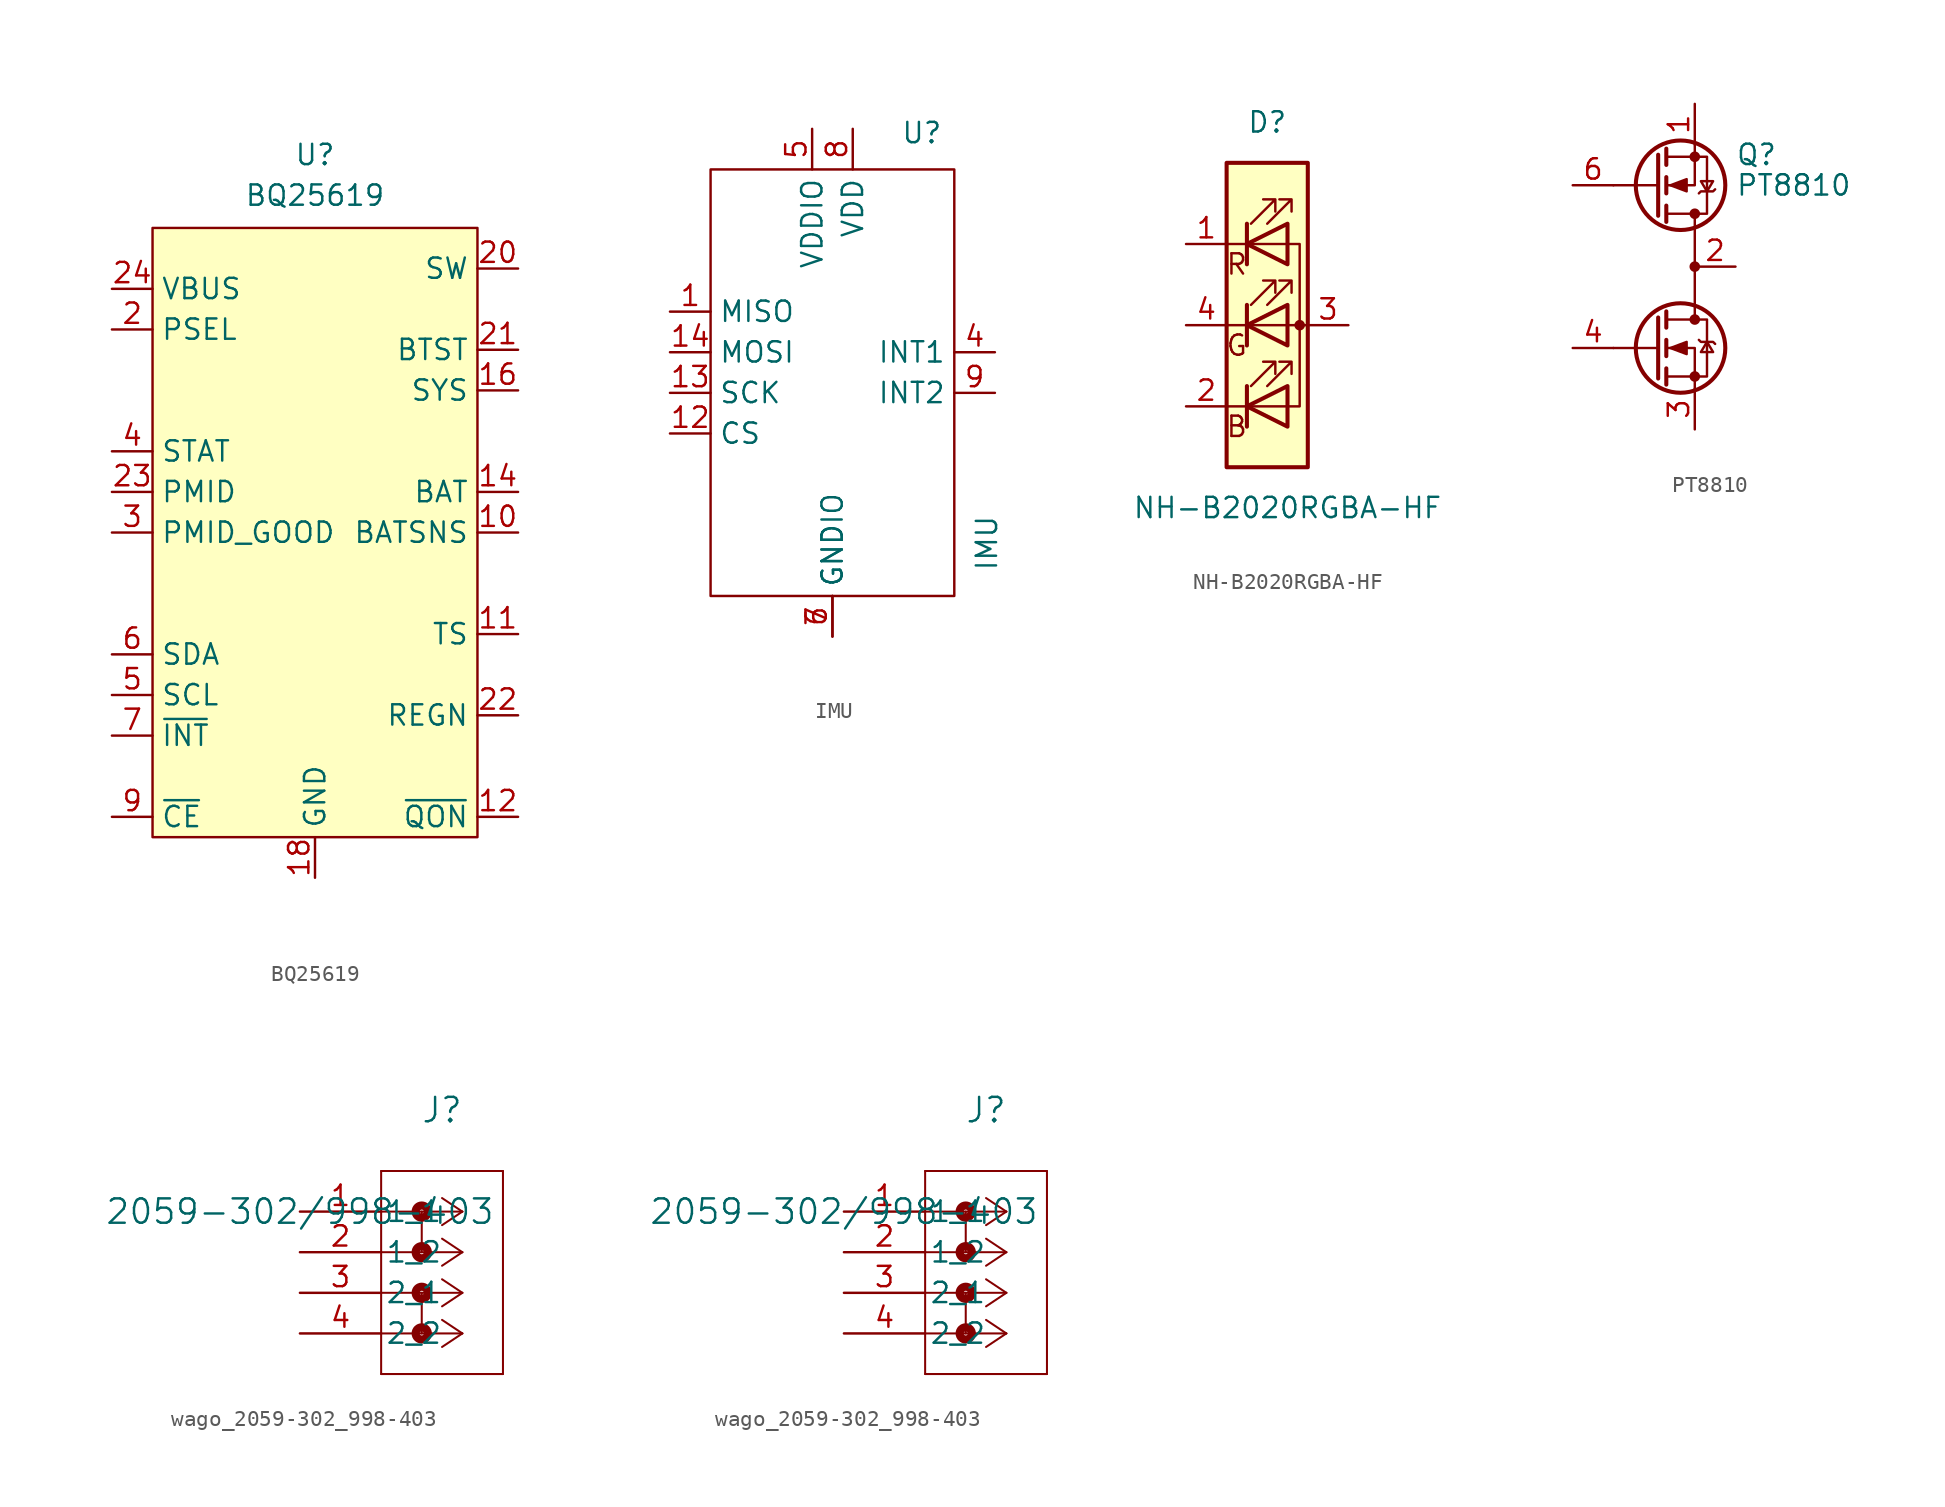
<source format=kicad_sym>
(kicad_symbol_lib
  (version 20241209)
  (generator "kicad_symbol_editor")
  (generator_version "9.0")
  (symbol "BQ25619"
    (property "Reference" "U"
      (at 0 23.622 0)
      (effects (font (size 1.27 1.27))))
    (property "Value" "BQ25619"
      (at 0 21.082 0)
      (effects (font (size 1.27 1.27))))
    (symbol "BQ25619_1_1"
      (rectangle (start -10.16 19.05) (end 10.16 -19.05) (stroke (width 0) (type default)) (fill (type background)))
      (pin input line (at -12.7 15.24 0) (length 2.54) (hide yes) (name "VAC" (effects (font (size 1.27 1.27)))) (number "1" (effects (font (size 1.27 1.27)))))
      (pin power_in line (at -12.7 15.24 0) (length 2.54) (name "VBUS" (effects (font (size 1.27 1.27)))) (number "24" (effects (font (size 1.27 1.27)))))
      (pin input line (at -12.7 12.7 0) (length 2.54) (name "PSEL" (effects (font (size 1.27 1.27)))) (number "2" (effects (font (size 1.27 1.27)))))
      (pin open_collector line (at -12.7 5.08 0) (length 2.54) (name "STAT" (effects (font (size 1.27 1.27)))) (number "4" (effects (font (size 1.27 1.27)))))
      (pin output line (at -12.7 2.54 0) (length 2.54) (name "PMID" (effects (font (size 1.27 1.27)))) (number "23" (effects (font (size 1.27 1.27)))))
      (pin open_collector line (at -12.7 0 0) (length 2.54) (name "PMID_GOOD" (effects (font (size 1.27 1.27)))) (number "3" (effects (font (size 1.27 1.27)))))
      (pin bidirectional line (at -12.7 -7.62 0) (length 2.54) (name "SDA" (effects (font (size 1.27 1.27)))) (number "6" (effects (font (size 1.27 1.27)))))
      (pin input line (at -12.7 -10.16 0) (length 2.54) (name "SCL" (effects (font (size 1.27 1.27)))) (number "5" (effects (font (size 1.27 1.27)))))
      (pin open_collector line (at -12.7 -12.7 0) (length 2.54) (name "~{INT}" (effects (font (size 1.27 1.27)))) (number "7" (effects (font (size 1.27 1.27)))))
      (pin input line (at -12.7 -17.78 0) (length 2.54) (name "~{CE}" (effects (font (size 1.27 1.27)))) (number "9" (effects (font (size 1.27 1.27)))))
      (pin power_in line (at 0 -21.59 90) (length 2.54) (hide yes) (name "GND" (effects (font (size 1.27 1.27)))) (number "17" (effects (font (size 1.27 1.27)))))
      (pin power_in line (at 0 -21.59 90) (length 2.54) (name "GND" (effects (font (size 1.27 1.27)))) (number "18" (effects (font (size 1.27 1.27)))))
      (pin power_in line (at 0 -21.59 90) (length 2.54) (hide yes) (name "GND" (effects (font (size 1.27 1.27)))) (number "25" (effects (font (size 1.27 1.27)))))
      (pin no_connect line (at 2.54 -21.59 90) (length 2.54) (hide yes) (name "NC" (effects (font (size 1.27 1.27)))) (number "8" (effects (font (size 1.27 1.27)))))
      (pin power_out line (at 12.7 16.51 180) (length 2.54) (hide yes) (name "SW" (effects (font (size 1.27 1.27)))) (number "19" (effects (font (size 1.27 1.27)))))
      (pin power_out line (at 12.7 16.51 180) (length 2.54) (name "SW" (effects (font (size 1.27 1.27)))) (number "20" (effects (font (size 1.27 1.27)))))
      (pin power_out line (at 12.7 11.43 180) (length 2.54) (name "BTST" (effects (font (size 1.27 1.27)))) (number "21" (effects (font (size 1.27 1.27)))))
      (pin power_in line (at 12.7 8.89 180) (length 2.54) (hide yes) (name "SYS" (effects (font (size 1.27 1.27)))) (number "15" (effects (font (size 1.27 1.27)))))
      (pin power_in line (at 12.7 8.89 180) (length 2.54) (name "SYS" (effects (font (size 1.27 1.27)))) (number "16" (effects (font (size 1.27 1.27)))))
      (pin power_out line (at 12.7 2.54 180) (length 2.54) (hide yes) (name "BAT" (effects (font (size 1.27 1.27)))) (number "13" (effects (font (size 1.27 1.27)))))
      (pin power_out line (at 12.7 2.54 180) (length 2.54) (name "BAT" (effects (font (size 1.27 1.27)))) (number "14" (effects (font (size 1.27 1.27)))))
      (pin power_in line (at 12.7 0 180) (length 2.54) (name "BATSNS" (effects (font (size 1.27 1.27)))) (number "10" (effects (font (size 1.27 1.27)))))
      (pin input line (at 12.7 -6.35 180) (length 2.54) (name "TS" (effects (font (size 1.27 1.27)))) (number "11" (effects (font (size 1.27 1.27)))))
      (pin power_out line (at 12.7 -11.43 180) (length 2.54) (name "REGN" (effects (font (size 1.27 1.27)))) (number "22" (effects (font (size 1.27 1.27)))))
      (pin input line (at 12.7 -17.78 180) (length 2.54) (name "~{QON}" (effects (font (size 1.27 1.27)))) (number "12" (effects (font (size 1.27 1.27)))))))
  (symbol "IMU"
    (property "Reference" "U"
      (at 5.588 14.986 0)
      (effects (font (size 1.27 1.27))))
    (property "Value" "IMU"
      (at 9.652 -10.668 90)
      (effects (font (size 1.27 1.27))))
    (symbol "IMU_0_1"
      (rectangle (start -7.62 12.7) (end 7.62 -13.97) (stroke (width 0) (type default)) (fill (type none))))
    (symbol "IMU_1_1"
      (pin output line (at -10.16 3.81 0) (length 2.54) (name "MISO" (effects (font (size 1.27 1.27)))) (number "1" (effects (font (size 1.27 1.27)))))
      (pin input line (at -10.16 1.27 0) (length 2.54) (name "MOSI" (effects (font (size 1.27 1.27)))) (number "14" (effects (font (size 1.27 1.27)))))
      (pin input line (at -10.16 -1.27 0) (length 2.54) (name "SCK" (effects (font (size 1.27 1.27)))) (number "13" (effects (font (size 1.27 1.27)))))
      (pin input line (at -10.16 -3.81 0) (length 2.54) (name "CS" (effects (font (size 1.27 1.27)))) (number "12" (effects (font (size 1.27 1.27)))))
      (pin no_connect line (at -6.35 -16.51 90) (length 2.54) (hide yes) (name "RESV" (effects (font (size 1.27 1.27)))) (number "10" (effects (font (size 1.27 1.27)))))
      (pin no_connect line (at -3.81 -16.51 90) (length 2.54) (hide yes) (name "RESV" (effects (font (size 1.27 1.27)))) (number "11" (effects (font (size 1.27 1.27)))))
      (pin power_in line (at -1.27 15.24 270) (length 2.54) (name "VDDIO" (effects (font (size 1.27 1.27)))) (number "5" (effects (font (size 1.27 1.27)))))
      (pin power_in line (at 0 -16.51 90) (length 2.54) (name "GNDIO" (effects (font (size 1.27 1.27)))) (number "6" (effects (font (size 1.27 1.27)))))
      (pin power_in line (at 0 -16.51 90) (length 2.54) (name "GND" (effects (font (size 1.27 1.27)))) (number "7" (effects (font (size 1.27 1.27)))))
      (pin power_in line (at 1.27 15.24 270) (length 2.54) (name "VDD" (effects (font (size 1.27 1.27)))) (number "8" (effects (font (size 1.27 1.27)))))
      (pin no_connect line (at 3.81 -16.51 90) (length 2.54) (hide yes) (name "RESV" (effects (font (size 1.27 1.27)))) (number "2" (effects (font (size 1.27 1.27)))))
      (pin no_connect line (at 6.35 -16.51 90) (length 2.54) (hide yes) (name "RESV" (effects (font (size 1.27 1.27)))) (number "3" (effects (font (size 1.27 1.27)))))
      (pin output line (at 10.16 1.27 180) (length 2.54) (name "INT1" (effects (font (size 1.27 1.27)))) (number "4" (effects (font (size 1.27 1.27)))))
      (pin output line (at 10.16 -1.27 180) (length 2.54) (name "INT2" (effects (font (size 1.27 1.27)))) (number "9" (effects (font (size 1.27 1.27)))))))
  (symbol "NH-B2020RGBA-HF"
    (pin_names
      (offset 0)
      (hide yes))
    (property "Reference" "D"
      (at 0 12.7 0)
      (effects (font (size 1.27 1.27))))
    (property "Value" "NH-B2020RGBA-HF"
      (at 1.27 -11.43 0)
      (effects (font (size 1.27 1.27))))
    (symbol "NH-B2020RGBA-HF_0_0"
      (text "R" (at -1.905 3.81 0) (effects (font (size 1.27 1.27))))
      (text "G" (at -1.905 -1.27 0) (effects (font (size 1.27 1.27))))
      (text "B" (at -1.905 -6.35 0) (effects (font (size 1.27 1.27)))))
    (symbol "NH-B2020RGBA-HF_0_1"
      (rectangle (start -2.54 10.16) (end 2.54 -8.89) (stroke (width 0.254) (type default)) (fill (type background)))
      (polyline (pts (xy -2.54 -5.08) (xy 1.27 -5.08)) (stroke (width 0) (type default)) (fill (type none)))
      (polyline (pts (xy -1.27 6.35) (xy -1.27 3.81)) (stroke (width 0.254) (type default)) (fill (type none)))
      (polyline (pts (xy -1.27 1.27) (xy -1.27 -1.27)) (stroke (width 0.254) (type default)) (fill (type none)))
      (polyline (pts (xy -1.27 -3.81) (xy -1.27 -6.35)) (stroke (width 0.254) (type default)) (fill (type none)))
      (polyline (pts (xy -1.016 6.35) (xy 0.508 7.874) (xy -0.254 7.874) (xy 0.508 7.874) (xy 0.508 7.112)) (stroke (width 0) (type default)) (fill (type none)))
      (polyline (pts (xy -1.016 1.27) (xy 0.508 2.794) (xy -0.254 2.794) (xy 0.508 2.794) (xy 0.508 2.032)) (stroke (width 0) (type default)) (fill (type none)))
      (polyline (pts (xy -1.016 -3.81) (xy 0.508 -2.286) (xy -0.254 -2.286) (xy 0.508 -2.286) (xy 0.508 -3.048)) (stroke (width 0) (type default)) (fill (type none)))
      (polyline (pts (xy 0 6.35) (xy 1.524 7.874) (xy 0.762 7.874) (xy 1.524 7.874) (xy 1.524 7.112)) (stroke (width 0) (type default)) (fill (type none)))
      (polyline (pts (xy 0 1.27) (xy 1.524 2.794) (xy 0.762 2.794) (xy 1.524 2.794) (xy 1.524 2.032)) (stroke (width 0) (type default)) (fill (type none)))
      (polyline (pts (xy 0 -3.81) (xy 1.524 -2.286) (xy 0.762 -2.286) (xy 1.524 -2.286) (xy 1.524 -3.048)) (stroke (width 0) (type default)) (fill (type none)))
      (polyline (pts (xy 1.27 6.35) (xy 1.27 3.81) (xy -1.27 5.08) (xy 1.27 6.35)) (stroke (width 0.254) (type default)) (fill (type none)))
      (rectangle (start 1.27 6.35) (end 1.27 6.35) (stroke (width 0) (type default)) (fill (type none)))
      (polyline (pts (xy 1.27 5.08) (xy -2.54 5.08)) (stroke (width 0) (type default)) (fill (type none)))
      (polyline (pts (xy 1.27 1.27) (xy 1.27 -1.27) (xy -1.27 0) (xy 1.27 1.27)) (stroke (width 0.254) (type default)) (fill (type none)))
      (polyline (pts (xy 1.27 -3.81) (xy 1.27 -6.35) (xy -1.27 -5.08) (xy 1.27 -3.81)) (stroke (width 0.254) (type default)) (fill (type none)))
      (polyline (pts (xy 1.27 -5.08) (xy 2.032 -5.08) (xy 2.032 5.08) (xy 1.27 5.08)) (stroke (width 0) (type default)) (fill (type none)))
      (circle (center 2.032 0) (radius 0.254) (stroke (width 0) (type default)) (fill (type outline)))
      (polyline (pts (xy 2.54 0) (xy -2.54 0)) (stroke (width 0) (type default)) (fill (type none))))
    (symbol "NH-B2020RGBA-HF_1_1"
      (pin passive line (at -5.08 5.08 0) (length 2.54) (name "RK" (effects (font (size 1.27 1.27)))) (number "1" (effects (font (size 1.27 1.27)))))
      (pin passive line (at -5.08 0 0) (length 2.54) (name "GK" (effects (font (size 1.27 1.27)))) (number "4" (effects (font (size 1.27 1.27)))))
      (pin passive line (at -5.08 -5.08 0) (length 2.54) (name "BK" (effects (font (size 1.27 1.27)))) (number "2" (effects (font (size 1.27 1.27)))))
      (pin passive line (at 5.08 0 180) (length 2.54) (name "A" (effects (font (size 1.27 1.27)))) (number "3" (effects (font (size 1.27 1.27)))))))
  (symbol "PT8810"
    (pin_names
      (hide yes))
    (property "Reference" "Q"
      (at 2.54 6.985 0)
      (effects (font (size 1.27 1.27)) (justify left)))
    (property "Value" "PT8810"
      (at 2.54 5.08 0)
      (effects (font (size 1.27 1.27)) (justify left)))
    (symbol "PT8810_0_1"
      (polyline (pts (xy -2.286 5.08) (xy -5.08 5.08)) (stroke (width 0) (type default)) (fill (type none)))
      (polyline (pts (xy -2.286 3.175) (xy -2.286 6.985)) (stroke (width 0.254) (type default)) (fill (type none)))
      (polyline (pts (xy -1.778 6.858) (xy 0.762 6.858) (xy 0.762 3.302) (xy -1.778 3.302)) (stroke (width 0) (type default)) (fill (type none)))
      (polyline (pts (xy -1.778 6.35) (xy -1.778 7.366)) (stroke (width 0.254) (type default)) (fill (type none)))
      (polyline (pts (xy -1.778 4.572) (xy -1.778 5.588)) (stroke (width 0.254) (type default)) (fill (type none)))
      (polyline (pts (xy -1.778 2.794) (xy -1.778 3.81)) (stroke (width 0.254) (type default)) (fill (type none)))
      (polyline (pts (xy -1.524 5.08) (xy -0.508 4.699) (xy -0.508 5.461) (xy -1.524 5.08)) (stroke (width 0) (type default)) (fill (type outline)))
      (circle (center -0.889 5.08) (radius 2.794) (stroke (width 0.254) (type default)) (fill (type none)))
      (polyline (pts (xy 0 7.62) (xy 0 5.08) (xy -1.778 5.08)) (stroke (width 0) (type default)) (fill (type none)))
      (circle (center 0 6.858) (radius 0.254) (stroke (width 0) (type default)) (fill (type outline)))
      (circle (center 0 3.302) (radius 0.254) (stroke (width 0) (type default)) (fill (type outline)))
      (polyline (pts (xy 0 -3.302) (xy 0 3.302)) (stroke (width 0) (type default)) (fill (type none)))
      (polyline (pts (xy 0.254 4.572) (xy 0.381 4.699) (xy 1.143 4.699) (xy 1.27 4.826)) (stroke (width 0) (type default)) (fill (type none)))
      (polyline (pts (xy 0.762 4.699) (xy 0.381 5.334) (xy 1.143 5.334) (xy 0.762 4.699)) (stroke (width 0) (type default)) (fill (type none))))
    (symbol "PT8810_1_1"
      (polyline (pts (xy -2.286 -3.175) (xy -2.286 -6.985)) (stroke (width 0.254) (type default)) (fill (type none)))
      (polyline (pts (xy -2.286 -5.08) (xy -5.08 -5.08)) (stroke (width 0) (type default)) (fill (type none)))
      (polyline (pts (xy -1.778 -2.794) (xy -1.778 -3.81)) (stroke (width 0.254) (type default)) (fill (type none)))
      (polyline (pts (xy -1.778 -4.572) (xy -1.778 -5.588)) (stroke (width 0.254) (type default)) (fill (type none)))
      (polyline (pts (xy -1.778 -6.35) (xy -1.778 -7.366)) (stroke (width 0.254) (type default)) (fill (type none)))
      (polyline (pts (xy -1.778 -6.858) (xy 0.762 -6.858) (xy 0.762 -3.302) (xy -1.778 -3.302)) (stroke (width 0) (type default)) (fill (type none)))
      (polyline (pts (xy -1.524 -5.08) (xy -0.508 -4.699) (xy -0.508 -5.461) (xy -1.524 -5.08)) (stroke (width 0) (type default)) (fill (type outline)))
      (circle (center -0.889 -5.08) (radius 2.794) (stroke (width 0.254) (type default)) (fill (type none)))
      (circle (center 0 0) (radius 0.254) (stroke (width 0) (type default)) (fill (type outline)))
      (circle (center 0 -3.302) (radius 0.254) (stroke (width 0) (type default)) (fill (type outline)))
      (circle (center 0 -6.858) (radius 0.254) (stroke (width 0) (type default)) (fill (type outline)))
      (polyline (pts (xy 0 -7.62) (xy 0 -5.08) (xy -1.778 -5.08)) (stroke (width 0) (type default)) (fill (type none)))
      (polyline (pts (xy 0.254 -4.572) (xy 0.381 -4.699) (xy 1.143 -4.699) (xy 1.27 -4.826)) (stroke (width 0) (type default)) (fill (type none)))
      (polyline (pts (xy 0.762 -4.699) (xy 0.381 -5.334) (xy 1.143 -5.334) (xy 0.762 -4.699)) (stroke (width 0) (type default)) (fill (type none)))
      (pin input line (at -7.62 5.08 0) (length 2.54) (name "G1" (effects (font (size 1.27 1.27)))) (number "6" (effects (font (size 1.27 1.27)))))
      (pin input line (at -7.62 -5.08 0) (length 2.54) (name "G2" (effects (font (size 1.27 1.27)))) (number "4" (effects (font (size 1.27 1.27)))))
      (pin passive line (at 0 10.16 270) (length 2.54) (name "D1" (effects (font (size 1.27 1.27)))) (number "1" (effects (font (size 1.27 1.27)))))
      (pin passive line (at 0 -10.16 90) (length 2.54) (name "S2" (effects (font (size 1.27 1.27)))) (number "3" (effects (font (size 1.27 1.27)))))
      (pin passive line (at 2.54 0 180) (length 2.54) (name "S1/D2" (effects (font (size 1.27 1.27)))) (number "2" (effects (font (size 1.27 1.27)))))
      (pin passive line (at 2.54 0 180) (length 2.54) (hide yes) (name "S1/D2" (effects (font (size 1.27 1.27)))) (number "5" (effects (font (size 1.27 1.27)))))))
  (symbol "wago_2059-302_998-403"
    (pin_names
      (offset 0.254))
    (property "Reference" "J"
      (at 8.89 6.35 0)
      (effects (font (size 1.524 1.524))))
    (property "Value" "2059-302/998-403"
      (at 0 0 0)
      (effects (font (size 1.524 1.524))))
    (symbol "wago_2059-302_998-403_1_1"
      (polyline (pts (xy 5.08 2.54) (xy 5.08 -10.16)) (stroke (width 0.127) (type default)) (fill (type none)))
      (polyline (pts (xy 5.08 -10.16) (xy 12.7 -10.16)) (stroke (width 0.127) (type default)) (fill (type none)))
      (polyline (pts (xy 7.62 0) (xy 7.62 -2.54)) (stroke (width 0.127) (type default)) (fill (type none)))
      (circle (center 7.62 0) (radius 0.127) (stroke (width 0.508) (type default)) (fill (type none)))
      (circle (center 7.62 -2.54) (radius 0.127) (stroke (width 0.508) (type default)) (fill (type none)))
      (polyline (pts (xy 7.62 -5.08) (xy 7.62 -7.62)) (stroke (width 0.127) (type default)) (fill (type none)))
      (circle (center 7.62 -5.08) (radius 0.127) (stroke (width 0.508) (type default)) (fill (type none)))
      (circle (center 7.62 -7.62) (radius 0.127) (stroke (width 0.508) (type default)) (fill (type none)))
      (polyline (pts (xy 10.16 0) (xy 5.08 0)) (stroke (width 0.127) (type default)) (fill (type none)))
      (polyline (pts (xy 10.16 0) (xy 8.89 0.847)) (stroke (width 0.127) (type default)) (fill (type none)))
      (polyline (pts (xy 10.16 0) (xy 8.89 -0.847)) (stroke (width 0.127) (type default)) (fill (type none)))
      (polyline (pts (xy 10.16 -2.54) (xy 5.08 -2.54)) (stroke (width 0.127) (type default)) (fill (type none)))
      (polyline (pts (xy 10.16 -2.54) (xy 8.89 -1.693)) (stroke (width 0.127) (type default)) (fill (type none)))
      (polyline (pts (xy 10.16 -2.54) (xy 8.89 -3.387)) (stroke (width 0.127) (type default)) (fill (type none)))
      (polyline (pts (xy 10.16 -5.08) (xy 5.08 -5.08)) (stroke (width 0.127) (type default)) (fill (type none)))
      (polyline (pts (xy 10.16 -5.08) (xy 8.89 -4.233)) (stroke (width 0.127) (type default)) (fill (type none)))
      (polyline (pts (xy 10.16 -5.08) (xy 8.89 -5.927)) (stroke (width 0.127) (type default)) (fill (type none)))
      (polyline (pts (xy 10.16 -7.62) (xy 5.08 -7.62)) (stroke (width 0.127) (type default)) (fill (type none)))
      (polyline (pts (xy 10.16 -7.62) (xy 8.89 -6.773)) (stroke (width 0.127) (type default)) (fill (type none)))
      (polyline (pts (xy 10.16 -7.62) (xy 8.89 -8.467)) (stroke (width 0.127) (type default)) (fill (type none)))
      (polyline (pts (xy 12.7 2.54) (xy 5.08 2.54)) (stroke (width 0.127) (type default)) (fill (type none)))
      (polyline (pts (xy 12.7 -10.16) (xy 12.7 2.54)) (stroke (width 0.127) (type default)) (fill (type none)))
      (pin unspecified line (at 0 0 0) (length 5.08) (name "1_1" (effects (font (size 1.27 1.27)))) (number "1" (effects (font (size 1.27 1.27)))))
      (pin unspecified line (at 0 -2.54 0) (length 5.08) (name "1_2" (effects (font (size 1.27 1.27)))) (number "2" (effects (font (size 1.27 1.27)))))
      (pin unspecified line (at 0 -5.08 0) (length 5.08) (name "2_1" (effects (font (size 1.27 1.27)))) (number "3" (effects (font (size 1.27 1.27)))))
      (pin unspecified line (at 0 -7.62 0) (length 5.08) (name "2_2" (effects (font (size 1.27 1.27)))) (number "4" (effects (font (size 1.27 1.27))))))
    (symbol "wago_2059-302_998-403_1_2"
      (polyline (pts (xy 5.08 2.54) (xy 5.08 -10.16)) (stroke (width 0.127) (type default)) (fill (type none)))
      (polyline (pts (xy 5.08 -10.16) (xy 12.7 -10.16)) (stroke (width 0.127) (type default)) (fill (type none)))
      (polyline (pts (xy 7.62 0) (xy 7.62 -2.54)) (stroke (width 0.127) (type default)) (fill (type none)))
      (circle (center 7.62 0) (radius 0.127) (stroke (width 0.508) (type default)) (fill (type none)))
      (circle (center 7.62 -2.54) (radius 0.127) (stroke (width 0.508) (type default)) (fill (type none)))
      (polyline (pts (xy 7.62 -5.08) (xy 7.62 -7.62)) (stroke (width 0.127) (type default)) (fill (type none)))
      (circle (center 7.62 -5.08) (radius 0.127) (stroke (width 0.508) (type default)) (fill (type none)))
      (circle (center 7.62 -7.62) (radius 0.127) (stroke (width 0.508) (type default)) (fill (type none)))
      (polyline (pts (xy 10.16 0) (xy 5.08 0)) (stroke (width 0.127) (type default)) (fill (type none)))
      (polyline (pts (xy 10.16 0) (xy 8.89 0.847)) (stroke (width 0.127) (type default)) (fill (type none)))
      (polyline (pts (xy 10.16 0) (xy 8.89 -0.847)) (stroke (width 0.127) (type default)) (fill (type none)))
      (polyline (pts (xy 10.16 -2.54) (xy 5.08 -2.54)) (stroke (width 0.127) (type default)) (fill (type none)))
      (polyline (pts (xy 10.16 -2.54) (xy 8.89 -1.693)) (stroke (width 0.127) (type default)) (fill (type none)))
      (polyline (pts (xy 10.16 -2.54) (xy 8.89 -3.387)) (stroke (width 0.127) (type default)) (fill (type none)))
      (polyline (pts (xy 10.16 -5.08) (xy 5.08 -5.08)) (stroke (width 0.127) (type default)) (fill (type none)))
      (polyline (pts (xy 10.16 -5.08) (xy 8.89 -4.233)) (stroke (width 0.127) (type default)) (fill (type none)))
      (polyline (pts (xy 10.16 -5.08) (xy 8.89 -5.927)) (stroke (width 0.127) (type default)) (fill (type none)))
      (polyline (pts (xy 10.16 -7.62) (xy 5.08 -7.62)) (stroke (width 0.127) (type default)) (fill (type none)))
      (polyline (pts (xy 10.16 -7.62) (xy 8.89 -6.773)) (stroke (width 0.127) (type default)) (fill (type none)))
      (polyline (pts (xy 10.16 -7.62) (xy 8.89 -8.467)) (stroke (width 0.127) (type default)) (fill (type none)))
      (polyline (pts (xy 12.7 2.54) (xy 5.08 2.54)) (stroke (width 0.127) (type default)) (fill (type none)))
      (polyline (pts (xy 12.7 -10.16) (xy 12.7 2.54)) (stroke (width 0.127) (type default)) (fill (type none)))
      (pin unspecified line (at 0 0 0) (length 5.08) (name "1_1" (effects (font (size 1.27 1.27)))) (number "1" (effects (font (size 1.27 1.27)))))
      (pin unspecified line (at 0 -2.54 0) (length 5.08) (name "1_2" (effects (font (size 1.27 1.27)))) (number "2" (effects (font (size 1.27 1.27)))))
      (pin unspecified line (at 0 -5.08 0) (length 5.08) (name "2_1" (effects (font (size 1.27 1.27)))) (number "3" (effects (font (size 1.27 1.27)))))
      (pin unspecified line (at 0 -7.62 0) (length 5.08) (name "2_2" (effects (font (size 1.27 1.27)))) (number "4" (effects (font (size 1.27 1.27))))))))
</source>
